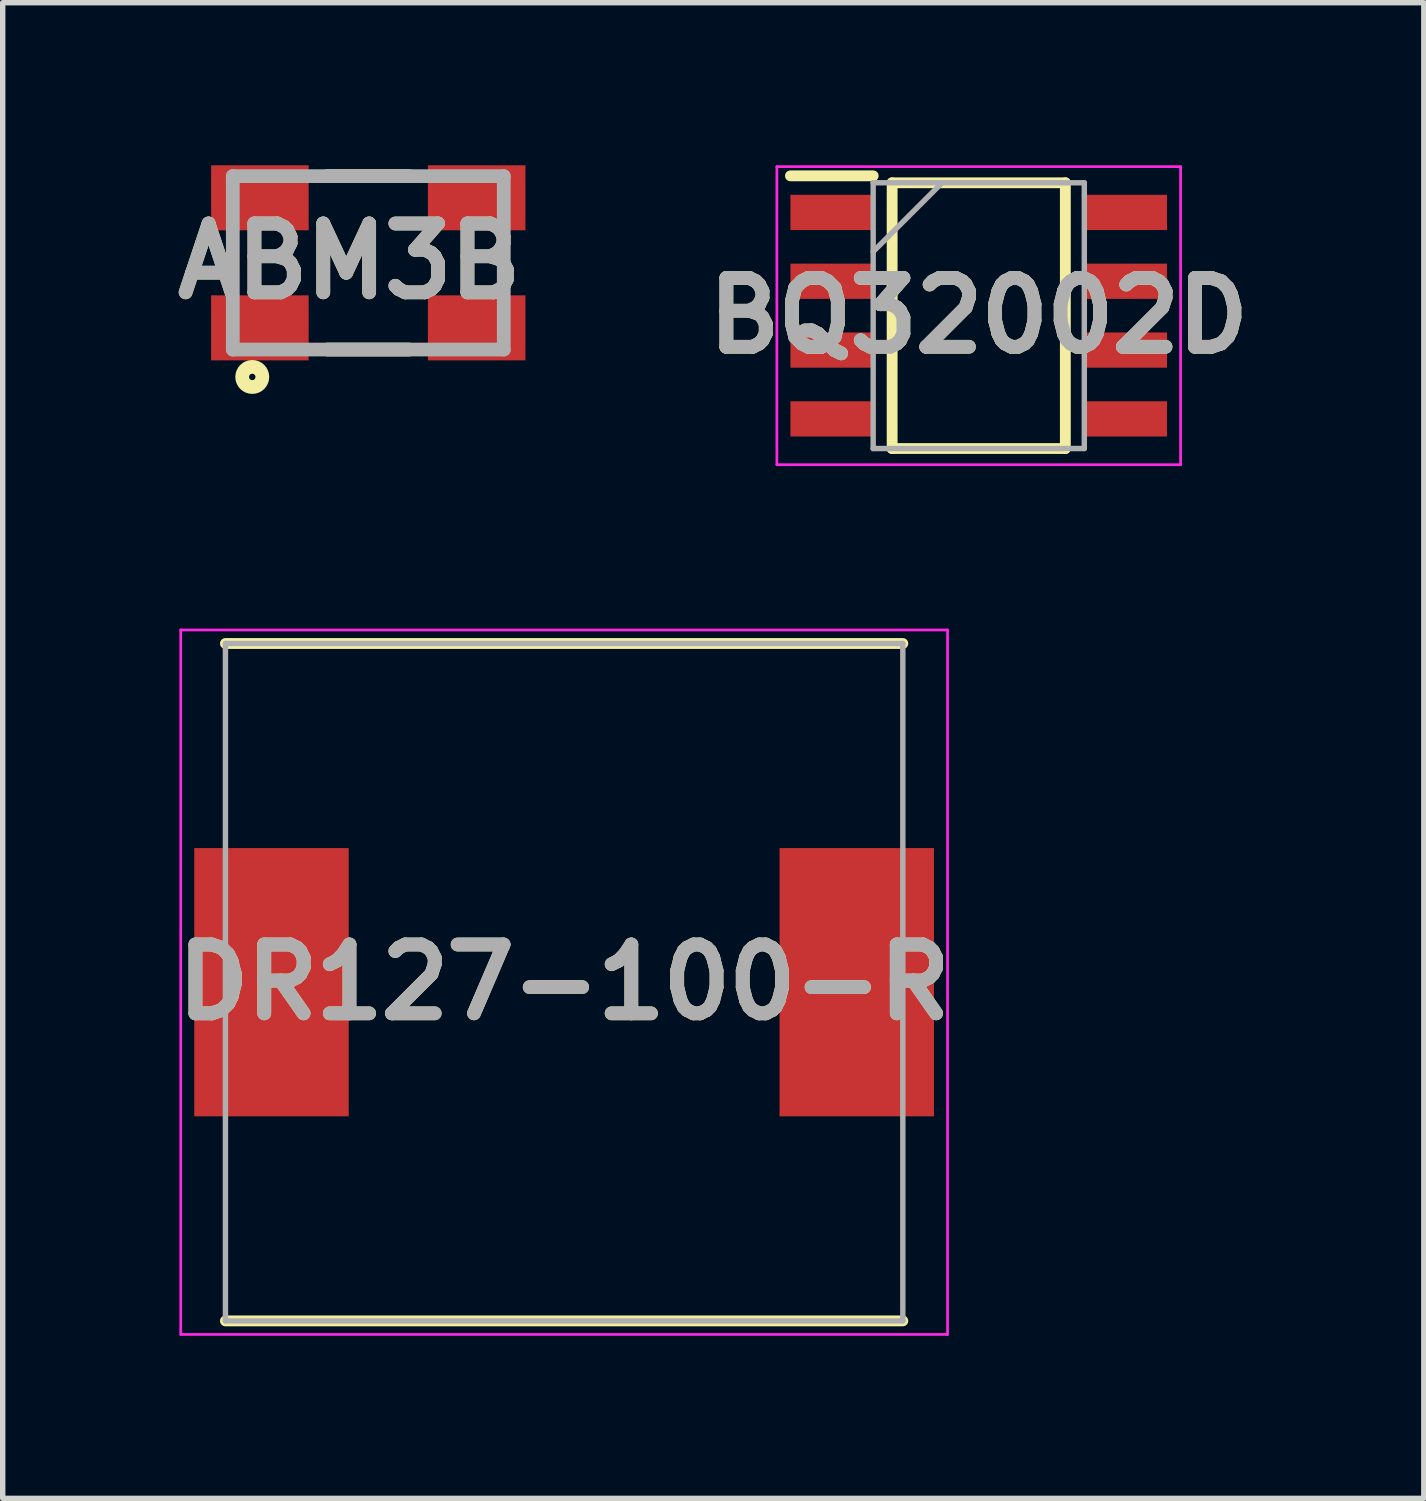
<source format=kicad_pcb>
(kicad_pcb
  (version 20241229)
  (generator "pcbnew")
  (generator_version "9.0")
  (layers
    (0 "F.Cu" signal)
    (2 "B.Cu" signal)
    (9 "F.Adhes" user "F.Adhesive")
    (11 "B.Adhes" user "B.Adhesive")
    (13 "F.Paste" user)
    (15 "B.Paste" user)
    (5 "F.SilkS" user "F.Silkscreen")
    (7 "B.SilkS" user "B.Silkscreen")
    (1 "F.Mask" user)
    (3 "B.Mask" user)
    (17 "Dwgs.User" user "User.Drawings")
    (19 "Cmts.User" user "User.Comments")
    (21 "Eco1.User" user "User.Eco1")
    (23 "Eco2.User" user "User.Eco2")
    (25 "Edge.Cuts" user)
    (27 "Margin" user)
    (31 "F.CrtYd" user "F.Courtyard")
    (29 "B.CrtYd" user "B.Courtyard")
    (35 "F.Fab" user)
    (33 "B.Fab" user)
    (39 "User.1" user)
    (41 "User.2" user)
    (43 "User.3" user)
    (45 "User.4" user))
  (footprint "BQ32002D"
    (layer "F.Cu")
    (at 15.011 2.775)
    (property "Reference" "BQ32002D" (at 0 0 0) (layer "F.SilkS") (effects (font (size 1.27 1.27) (thickness 0.254))))
    (attr smd)
    (fp_line (start -3.475 -2.58) (end -1.948 -2.58) (stroke (width 0.2) (type solid)) (layer "F.SilkS"))
    (fp_line (start -1.598 -2.452) (end 1.598 -2.452) (stroke (width 0.2) (type solid)) (layer "F.SilkS"))
    (fp_line (start -1.598 2.452) (end -1.598 -2.452) (stroke (width 0.2) (type solid)) (layer "F.SilkS"))
    (fp_line (start 1.598 -2.452) (end 1.598 2.452) (stroke (width 0.2) (type solid)) (layer "F.SilkS"))
    (fp_line (start 1.598 2.452) (end -1.598 2.452) (stroke (width 0.2) (type solid)) (layer "F.SilkS"))
    (fp_line (start -3.725 -2.75) (end 3.725 -2.75) (stroke (width 0.05) (type solid)) (layer "F.CrtYd"))
    (fp_line (start -3.725 2.75) (end -3.725 -2.75) (stroke (width 0.05) (type solid)) (layer "F.CrtYd"))
    (fp_line (start 3.725 -2.75) (end 3.725 2.75) (stroke (width 0.05) (type solid)) (layer "F.CrtYd"))
    (fp_line (start 3.725 2.75) (end -3.725 2.75) (stroke (width 0.05) (type solid)) (layer "F.CrtYd"))
    (fp_line (start -1.948 -2.452) (end 1.948 -2.452) (stroke (width 0.1) (type solid)) (layer "F.Fab"))
    (fp_line (start -1.948 -1.182) (end -0.678 -2.452) (stroke (width 0.1) (type solid)) (layer "F.Fab"))
    (fp_line (start -1.948 2.452) (end -1.948 -2.452) (stroke (width 0.1) (type solid)) (layer "F.Fab"))
    (fp_line (start 1.948 -2.452) (end 1.948 2.452) (stroke (width 0.1) (type solid)) (layer "F.Fab"))
    (fp_line (start 1.948 2.452) (end -1.948 2.452) (stroke (width 0.1) (type solid)) (layer "F.Fab"))
    (fp_text user "${REFERENCE}" (at 0 0 0) (layer "F.Fab") (effects (font (size 1.27 1.27) (thickness 0.254))))
    (pad "1" smd rect (at -2.711 -1.905 90) (size 0.65 1.528) (layers "F.Cu" "F.Mask" "F.Paste"))
    (pad "2" smd rect (at -2.711 -0.635 90) (size 0.65 1.528) (layers "F.Cu" "F.Mask" "F.Paste"))
    (pad "3" smd rect (at -2.711 0.635 90) (size 0.65 1.528) (layers "F.Cu" "F.Mask" "F.Paste"))
    (pad "4" smd rect (at -2.711 1.905 90) (size 0.65 1.528) (layers "F.Cu" "F.Mask" "F.Paste"))
    (pad "5" smd rect (at 2.711 1.905 90) (size 0.65 1.528) (layers "F.Cu" "F.Mask" "F.Paste"))
    (pad "6" smd rect (at 2.711 0.635 90) (size 0.65 1.528) (layers "F.Cu" "F.Mask" "F.Paste"))
    (pad "7" smd rect (at 2.711 -0.635 90) (size 0.65 1.528) (layers "F.Cu" "F.Mask" "F.Paste"))
    (pad "8" smd rect (at 2.711 -1.905 90) (size 0.65 1.528) (layers "F.Cu" "F.Mask" "F.Paste")))
  (footprint "DR127-100-R"
    (layer "F.Cu")
    (at 7.36 15.075)
    (property "Reference" "DR127-100-R" (at 0 0 0) (layer "F.SilkS") (effects (font (size 1.27 1.27) (thickness 0.254))))
    (attr smd)
    (fp_line (start -6.25 6.25) (end 6.25 6.25) (stroke (width 0.2) (type solid)) (layer "F.SilkS"))
    (fp_line (start 6.25 -6.25) (end -6.25 -6.25) (stroke (width 0.2) (type solid)) (layer "F.SilkS"))
    (fp_line (start -7.075 -6.5) (end 7.075 -6.5) (stroke (width 0.05) (type solid)) (layer "F.CrtYd"))
    (fp_line (start -7.075 6.5) (end -7.075 -6.5) (stroke (width 0.05) (type solid)) (layer "F.CrtYd"))
    (fp_line (start 7.075 -6.5) (end 7.075 6.5) (stroke (width 0.05) (type solid)) (layer "F.CrtYd"))
    (fp_line (start 7.075 6.5) (end -7.075 6.5) (stroke (width 0.05) (type solid)) (layer "F.CrtYd"))
    (fp_line (start -6.25 -6.25) (end 6.25 -6.25) (stroke (width 0.1) (type solid)) (layer "F.Fab"))
    (fp_line (start -6.25 6.25) (end -6.25 -6.25) (stroke (width 0.1) (type solid)) (layer "F.Fab"))
    (fp_line (start 6.25 -6.25) (end 6.25 6.25) (stroke (width 0.1) (type solid)) (layer "F.Fab"))
    (fp_line (start 6.25 6.25) (end -6.25 6.25) (stroke (width 0.1) (type solid)) (layer "F.Fab"))
    (fp_text user "${REFERENCE}" (at 0 0 0) (layer "F.Fab") (effects (font (size 1.27 1.27) (thickness 0.254))))
    (pad "1" smd rect (at -5.4 0) (size 2.85 4.95) (layers "F.Cu" "F.Mask" "F.Paste"))
    (pad "2" smd rect (at 5.4 0) (size 2.85 4.95) (layers "F.Cu" "F.Mask" "F.Paste")))
  (footprint "ABM3B"
    (layer "F.Cu")
    (at 3.746 1.8)
    (property "Reference" "ABM3B" (at -0.347 -0.03 0) (layer "F.SilkS") (effects (font (size 1.27 1.27) (thickness 0.254))))
    (attr smd)
    (fp_line (start -0.75 -1.6) (end 0.75 -1.6) (stroke (width 0.254) (type solid)) (layer "F.SilkS"))
    (fp_line (start -0.75 1.6) (end 0.75 1.6) (stroke (width 0.254) (type solid)) (layer "F.SilkS"))
    (fp_circle (center -2.141 2.106) (end -2.141 2.165) (stroke (width 0.254) (type solid)) (fill no) (layer "F.SilkS"))
    (fp_line (start -2.5 -1.6) (end 2.5 -1.6) (stroke (width 0.254) (type solid)) (layer "F.Fab"))
    (fp_line (start -2.5 1.6) (end -2.5 -1.6) (stroke (width 0.254) (type solid)) (layer "F.Fab"))
    (fp_line (start 2.5 -1.6) (end 2.5 1.6) (stroke (width 0.254) (type solid)) (layer "F.Fab"))
    (fp_line (start 2.5 1.6) (end -2.5 1.6) (stroke (width 0.254) (type solid)) (layer "F.Fab"))
    (fp_text user "${REFERENCE}" (at -0.347 -0.03 0) (layer "F.Fab") (effects (font (size 1.27 1.27) (thickness 0.254))))
    (pad "1" smd rect (at -2 1.2 90) (size 1.2 1.8) (layers "F.Cu" "F.Mask" "F.Paste"))
    (pad "2" smd rect (at 2 1.2 90) (size 1.2 1.8) (layers "F.Cu" "F.Mask" "F.Paste"))
    (pad "3" smd rect (at 2 -1.2 90) (size 1.2 1.8) (layers "F.Cu" "F.Mask" "F.Paste"))
    (pad "4" smd rect (at -2 -1.2 90) (size 1.2 1.8) (layers "F.Cu" "F.Mask" "F.Paste")))
  (gr_rect
    (start -3 -3)
    (end 23.224 24.6)
    (stroke (width 0.1) (type default))
    (fill no)
    (layer "Edge.Cuts")))
</source>
